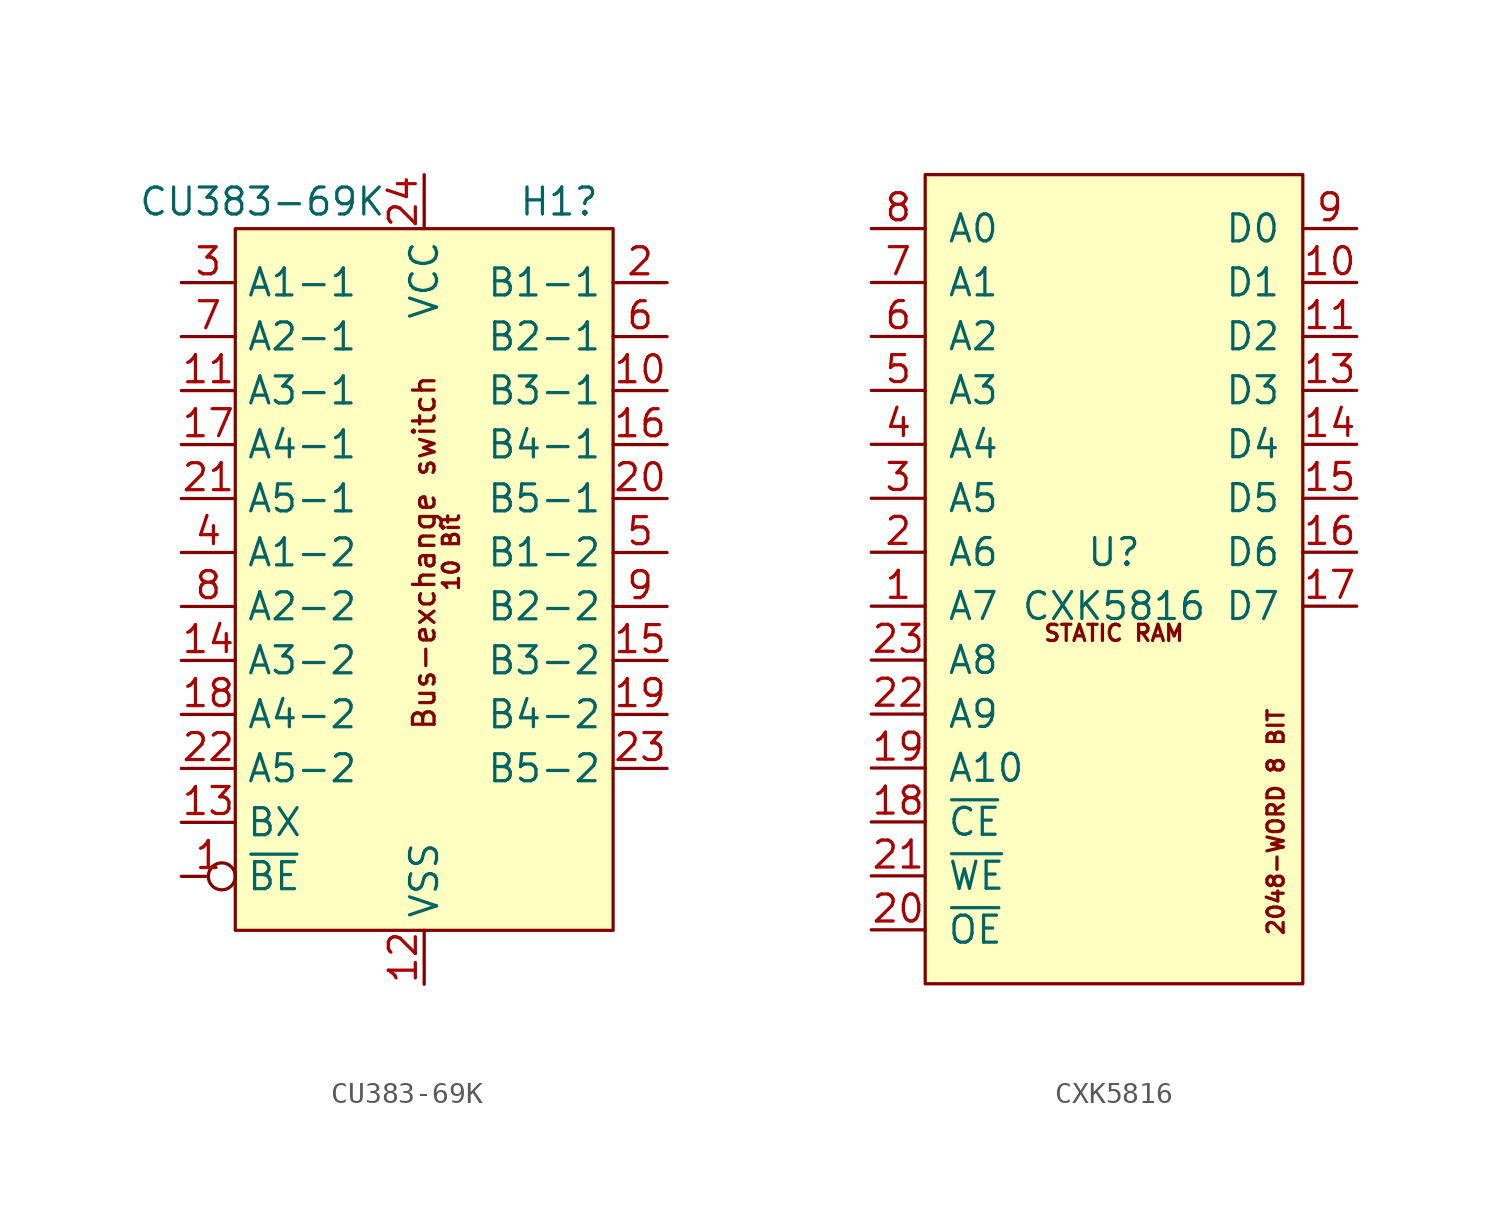
<source format=kicad_sym>
(kicad_symbol_lib
  (version 20231120)
  (generator "kicad_symbol_editor")
  (generator_version "8.0")
  (symbol "CU383-69K"
    (property "Reference" "H1"
      (at 6.35 17.78 0)
      (effects (font (size 1.27 1.27))))
    (property "Value" "CU383-69K"
      (at -7.62 17.78 0)
      (effects (font (size 1.27 1.27))))
    (symbol "CU383-69K_0_0"
      (text "10 Bit" (at 1.27 1.27 900) (effects (font (size 0.762 0.762))))
      (text "Bus-exchange switch" (at 0 1.27 900) (effects (font (size 1.016 1.016)))))
    (symbol "CU383-69K_0_1"
      (rectangle (start -8.89 16.51) (end 8.89 -16.51) (stroke (width 0.152) (type default)) (fill (type background))))
    (symbol "CU383-69K_1_1"
      (pin input inverted (at -11.43 -13.97 0) (length 2.54) (name "~{BE}" (effects (font (size 1.27 1.27)))) (number "1" (effects (font (size 1.27 1.27)))))
      (pin bidirectional line (at 11.43 8.89 180) (length 2.54) (name "B3-1" (effects (font (size 1.27 1.27)))) (number "10" (effects (font (size 1.27 1.27)))))
      (pin bidirectional line (at -11.43 8.89 0) (length 2.54) (name "A3-1" (effects (font (size 1.27 1.27)))) (number "11" (effects (font (size 1.27 1.27)))))
      (pin power_in line (at 0 -19.05 90) (length 2.54) (name "VSS" (effects (font (size 1.27 1.27)))) (number "12" (effects (font (size 1.27 1.27)))))
      (pin input line (at -11.43 -11.43 0) (length 2.54) (name "BX" (effects (font (size 1.27 1.27)))) (number "13" (effects (font (size 1.27 1.27)))))
      (pin bidirectional line (at -11.43 -3.81 0) (length 2.54) (name "A3-2" (effects (font (size 1.27 1.27)))) (number "14" (effects (font (size 1.27 1.27)))))
      (pin bidirectional line (at 11.43 -3.81 180) (length 2.54) (name "B3-2" (effects (font (size 1.27 1.27)))) (number "15" (effects (font (size 1.27 1.27)))))
      (pin bidirectional line (at 11.43 6.35 180) (length 2.54) (name "B4-1" (effects (font (size 1.27 1.27)))) (number "16" (effects (font (size 1.27 1.27)))))
      (pin bidirectional line (at -11.43 6.35 0) (length 2.54) (name "A4-1" (effects (font (size 1.27 1.27)))) (number "17" (effects (font (size 1.27 1.27)))))
      (pin bidirectional line (at -11.43 -6.35 0) (length 2.54) (name "A4-2" (effects (font (size 1.27 1.27)))) (number "18" (effects (font (size 1.27 1.27)))))
      (pin bidirectional line (at 11.43 -6.35 180) (length 2.54) (name "B4-2" (effects (font (size 1.27 1.27)))) (number "19" (effects (font (size 1.27 1.27)))))
      (pin bidirectional line (at 11.43 13.97 180) (length 2.54) (name "B1-1" (effects (font (size 1.27 1.27)))) (number "2" (effects (font (size 1.27 1.27)))))
      (pin bidirectional line (at 11.43 3.81 180) (length 2.54) (name "B5-1" (effects (font (size 1.27 1.27)))) (number "20" (effects (font (size 1.27 1.27)))))
      (pin bidirectional line (at -11.43 3.81 0) (length 2.54) (name "A5-1" (effects (font (size 1.27 1.27)))) (number "21" (effects (font (size 1.27 1.27)))))
      (pin bidirectional line (at -11.43 -8.89 0) (length 2.54) (name "A5-2" (effects (font (size 1.27 1.27)))) (number "22" (effects (font (size 1.27 1.27)))))
      (pin bidirectional line (at 11.43 -8.89 180) (length 2.54) (name "B5-2" (effects (font (size 1.27 1.27)))) (number "23" (effects (font (size 1.27 1.27)))))
      (pin power_in line (at 0 19.05 270) (length 2.54) (name "VCC" (effects (font (size 1.27 1.27)))) (number "24" (effects (font (size 1.27 1.27)))))
      (pin bidirectional line (at -11.43 13.97 0) (length 2.54) (name "A1-1" (effects (font (size 1.27 1.27)))) (number "3" (effects (font (size 1.27 1.27)))))
      (pin bidirectional line (at -11.43 1.27 0) (length 2.54) (name "A1-2" (effects (font (size 1.27 1.27)))) (number "4" (effects (font (size 1.27 1.27)))))
      (pin bidirectional line (at 11.43 1.27 180) (length 2.54) (name "B1-2" (effects (font (size 1.27 1.27)))) (number "5" (effects (font (size 1.27 1.27)))))
      (pin bidirectional line (at 11.43 11.43 180) (length 2.54) (name "B2-1" (effects (font (size 1.27 1.27)))) (number "6" (effects (font (size 1.27 1.27)))))
      (pin bidirectional line (at -11.43 11.43 0) (length 2.54) (name "A2-1" (effects (font (size 1.27 1.27)))) (number "7" (effects (font (size 1.27 1.27)))))
      (pin bidirectional line (at -11.43 -1.27 0) (length 2.54) (name "A2-2" (effects (font (size 1.27 1.27)))) (number "8" (effects (font (size 1.27 1.27)))))
      (pin bidirectional line (at 11.43 -1.27 180) (length 2.54) (name "B2-2" (effects (font (size 1.27 1.27)))) (number "9" (effects (font (size 1.27 1.27)))))))
  (symbol "CXK5816"
    (pin_names
      (offset 1.016))
    (property "Reference" "U"
      (at 0 2.54 0)
      (effects (font (size 1.27 1.27))))
    (property "Value" "CXK5816"
      (at 0 0 0)
      (effects (font (size 1.27 1.27))))
    (symbol "CXK5816_0_0"
      (text "2048-WORD 8 BIT" (at 7.62 -10.16 900) (effects (font (size 0.762 0.762))))
      (text "STATIC RAM" (at 0 -1.27 0) (effects (font (size 0.762 0.762)))))
    (symbol "CXK5816_0_1"
      (rectangle (start -8.89 20.32) (end 8.89 -17.78) (stroke (width 0) (type default)) (fill (type background))))
    (symbol "CXK5816_1_1"
      (pin input line (at -11.43 0 0) (length 2.54) (name "A7" (effects (font (size 1.27 1.27)))) (number "1" (effects (font (size 1.27 1.27)))))
      (pin bidirectional line (at 11.43 15.24 180) (length 2.54) (name "D1" (effects (font (size 1.27 1.27)))) (number "10" (effects (font (size 1.27 1.27)))))
      (pin bidirectional line (at 11.43 12.7 180) (length 2.54) (name "D2" (effects (font (size 1.27 1.27)))) (number "11" (effects (font (size 1.27 1.27)))))
      (pin power_in line (at 0 -17.78 90) (length 2.54) hide (name "VSS" (effects (font (size 1.27 1.27)))) (number "12" (effects (font (size 1.27 1.27)))))
      (pin bidirectional line (at 11.43 10.16 180) (length 2.54) (name "D3" (effects (font (size 1.27 1.27)))) (number "13" (effects (font (size 1.27 1.27)))))
      (pin bidirectional line (at 11.43 7.62 180) (length 2.54) (name "D4" (effects (font (size 1.27 1.27)))) (number "14" (effects (font (size 1.27 1.27)))))
      (pin bidirectional line (at 11.43 5.08 180) (length 2.54) (name "D5" (effects (font (size 1.27 1.27)))) (number "15" (effects (font (size 1.27 1.27)))))
      (pin bidirectional line (at 11.43 2.54 180) (length 2.54) (name "D6" (effects (font (size 1.27 1.27)))) (number "16" (effects (font (size 1.27 1.27)))))
      (pin bidirectional line (at 11.43 0 180) (length 2.54) (name "D7" (effects (font (size 1.27 1.27)))) (number "17" (effects (font (size 1.27 1.27)))))
      (pin input line (at -11.43 -10.16 0) (length 2.54) (name "~{CE}" (effects (font (size 1.27 1.27)))) (number "18" (effects (font (size 1.27 1.27)))))
      (pin input line (at -11.43 -7.62 0) (length 2.54) (name "A10" (effects (font (size 1.27 1.27)))) (number "19" (effects (font (size 1.27 1.27)))))
      (pin input line (at -11.43 2.54 0) (length 2.54) (name "A6" (effects (font (size 1.27 1.27)))) (number "2" (effects (font (size 1.27 1.27)))))
      (pin input line (at -11.43 -15.24 0) (length 2.54) (name "~{OE}" (effects (font (size 1.27 1.27)))) (number "20" (effects (font (size 1.27 1.27)))))
      (pin input line (at -11.43 -12.7 0) (length 2.54) (name "~{WE}" (effects (font (size 1.27 1.27)))) (number "21" (effects (font (size 1.27 1.27)))))
      (pin input line (at -11.43 -5.08 0) (length 2.54) (name "A9" (effects (font (size 1.27 1.27)))) (number "22" (effects (font (size 1.27 1.27)))))
      (pin input line (at -11.43 -2.54 0) (length 2.54) (name "A8" (effects (font (size 1.27 1.27)))) (number "23" (effects (font (size 1.27 1.27)))))
      (pin power_in line (at 0 20.32 270) (length 2.54) hide (name "VCC" (effects (font (size 1.27 1.27)))) (number "24" (effects (font (size 1.27 1.27)))))
      (pin input line (at -11.43 5.08 0) (length 2.54) (name "A5" (effects (font (size 1.27 1.27)))) (number "3" (effects (font (size 1.27 1.27)))))
      (pin input line (at -11.43 7.62 0) (length 2.54) (name "A4" (effects (font (size 1.27 1.27)))) (number "4" (effects (font (size 1.27 1.27)))))
      (pin input line (at -11.43 10.16 0) (length 2.54) (name "A3" (effects (font (size 1.27 1.27)))) (number "5" (effects (font (size 1.27 1.27)))))
      (pin input line (at -11.43 12.7 0) (length 2.54) (name "A2" (effects (font (size 1.27 1.27)))) (number "6" (effects (font (size 1.27 1.27)))))
      (pin input line (at -11.43 15.24 0) (length 2.54) (name "A1" (effects (font (size 1.27 1.27)))) (number "7" (effects (font (size 1.27 1.27)))))
      (pin input line (at -11.43 17.78 0) (length 2.54) (name "A0" (effects (font (size 1.27 1.27)))) (number "8" (effects (font (size 1.27 1.27)))))
      (pin bidirectional line (at 11.43 17.78 180) (length 2.54) (name "D0" (effects (font (size 1.27 1.27)))) (number "9" (effects (font (size 1.27 1.27))))))))
</source>
